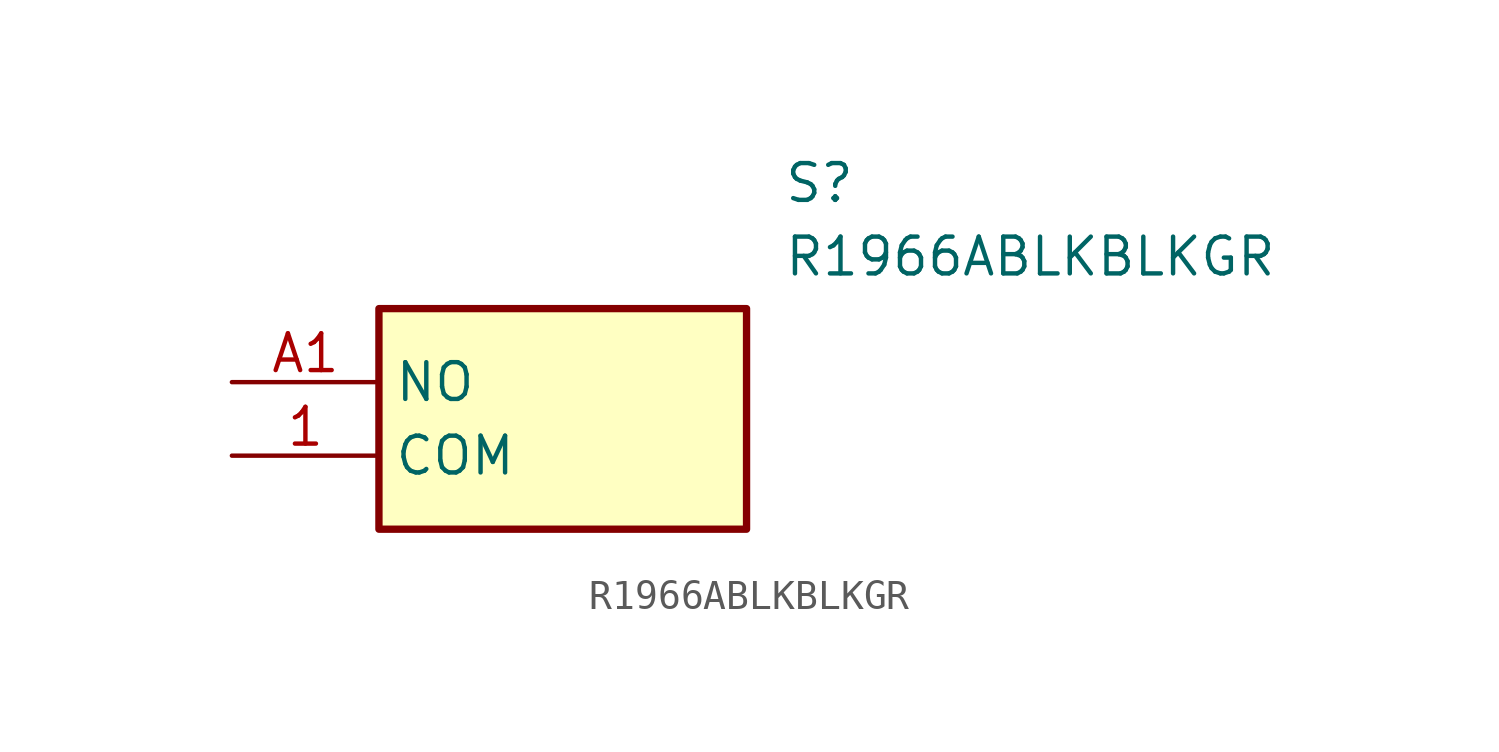
<source format=kicad_sym>
(kicad_symbol_lib
  (version 20211014)
  (generator SamacSys_ECAD_Model)
  (symbol "R1966ABLKBLKGR"
    (property "Reference" "S"
      (at 19.05 7.62 0)
      (effects (font (size 1.27 1.27)) (justify left top)))
    (property "Value" "R1966ABLKBLKGR"
      (at 19.05 5.08 0)
      (effects (font (size 1.27 1.27)) (justify left top)))
    (rectangle
      (start 5.08 2.54)
      (end 17.78 -5.08)
      (stroke (width 0.254) (type default))
      (fill (type background)))
    (pin passive line
      (at 0 -2.54 0)
      (length 5.08)
      (name "COM" (effects (font (size 1.27 1.27))))
      (number "1" (effects (font (size 1.27 1.27)))))
    (pin passive line
      (at 0 0 0)
      (length 5.08)
      (name "NO" (effects (font (size 1.27 1.27))))
      (number "A1" (effects (font (size 1.27 1.27)))))))
</source>
